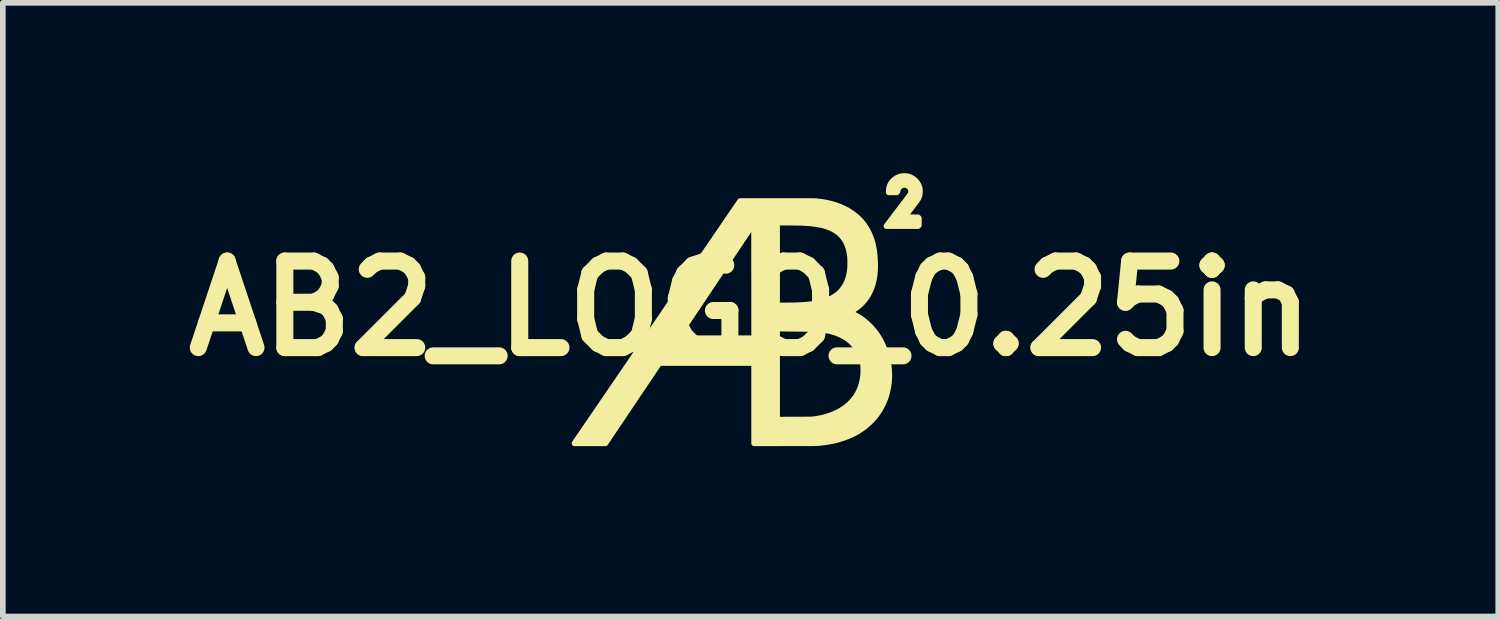
<source format=kicad_pcb>
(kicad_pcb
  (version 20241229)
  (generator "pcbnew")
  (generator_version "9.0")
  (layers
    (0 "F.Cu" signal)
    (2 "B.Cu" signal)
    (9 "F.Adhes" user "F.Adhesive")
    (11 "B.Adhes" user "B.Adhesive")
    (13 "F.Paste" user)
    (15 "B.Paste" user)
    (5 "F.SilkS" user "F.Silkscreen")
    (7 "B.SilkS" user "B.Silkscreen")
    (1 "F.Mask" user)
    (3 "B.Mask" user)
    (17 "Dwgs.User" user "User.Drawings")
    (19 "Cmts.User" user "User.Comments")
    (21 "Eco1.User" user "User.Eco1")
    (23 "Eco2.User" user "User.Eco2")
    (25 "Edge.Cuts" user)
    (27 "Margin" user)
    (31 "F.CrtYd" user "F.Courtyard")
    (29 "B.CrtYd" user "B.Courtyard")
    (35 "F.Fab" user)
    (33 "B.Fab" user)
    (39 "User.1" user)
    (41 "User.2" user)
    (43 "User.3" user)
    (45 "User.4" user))
  (footprint "AB2_LOGO_0.25in"
    (layer "F.Cu")
    (at 10.167 2.382)
    (property "Reference" "AB2_LOGO_0.25in" (at 0 0 0) (layer "F.SilkS") (effects (font (size 1.524 1.524) (thickness 0.3))))
    (attr through_hole)
    (fp_poly (pts (xy 2.983 -2.062) (xy 2.982 -2.037) (xy 2.98 -2.016) (xy 2.976 -1.995) (xy 2.969 -1.973) (xy 2.967 -1.967) (xy 2.965 -1.961) (xy 2.963 -1.956) (xy 2.961 -1.95) (xy 2.959 -1.945) (xy 2.956 -1.94) (xy 2.953 -1.934) (xy 2.949 -1.928) (xy 2.945 -1.92) (xy 2.939 -1.912) (xy 2.933 -1.903) (xy 2.925 -1.892) (xy 2.916 -1.879) (xy 2.905 -1.865) (xy 2.893 -1.849) (xy 2.879 -1.83) (xy 2.863 -1.809) (xy 2.845 -1.786) (xy 2.825 -1.759) (xy 2.802 -1.73) (xy 2.79 -1.714) (xy 2.776 -1.695) (xy 2.763 -1.678) (xy 2.75 -1.661) (xy 2.739 -1.647) (xy 2.73 -1.634) (xy 2.722 -1.624) (xy 2.716 -1.615) (xy 2.712 -1.61) (xy 2.71 -1.608) (xy 2.71 -1.607) (xy 2.712 -1.607) (xy 2.718 -1.607) (xy 2.727 -1.607) (xy 2.74 -1.607) (xy 2.755 -1.607) (xy 2.773 -1.606) (xy 2.793 -1.606) (xy 2.814 -1.606) (xy 2.83 -1.606) (xy 2.95 -1.605) (xy 2.958 -1.596) (xy 2.965 -1.588) (xy 2.965 -1.527) (xy 2.965 -1.466) (xy 2.956 -1.458) (xy 2.947 -1.45) (xy 2.671 -1.45) (xy 2.394 -1.45) (xy 2.4 -1.459) (xy 2.405 -1.465) (xy 2.411 -1.474) (xy 2.42 -1.486) (xy 2.431 -1.5) (xy 2.444 -1.517) (xy 2.458 -1.535) (xy 2.473 -1.555) (xy 2.489 -1.577) (xy 2.506 -1.599) (xy 2.524 -1.623) (xy 2.542 -1.647) (xy 2.56 -1.671) (xy 2.579 -1.695) (xy 2.597 -1.718) (xy 2.614 -1.741) (xy 2.63 -1.762) (xy 2.656 -1.796) (xy 2.679 -1.826) (xy 2.7 -1.854) (xy 2.719 -1.879) (xy 2.736 -1.901) (xy 2.751 -1.92) (xy 2.764 -1.938) (xy 2.775 -1.953) (xy 2.785 -1.966) (xy 2.793 -1.978) (xy 2.8 -1.987) (xy 2.806 -1.996) (xy 2.811 -2.003) (xy 2.814 -2.009) (xy 2.817 -2.014) (xy 2.82 -2.019) (xy 2.821 -2.023) (xy 2.823 -2.027) (xy 2.824 -2.03) (xy 2.825 -2.033) (xy 2.825 -2.037) (xy 2.826 -2.04) (xy 2.828 -2.062) (xy 2.826 -2.082) (xy 2.821 -2.102) (xy 2.811 -2.121) (xy 2.799 -2.137) (xy 2.783 -2.151) (xy 2.764 -2.163) (xy 2.763 -2.163) (xy 2.747 -2.17) (xy 2.732 -2.174) (xy 2.714 -2.176) (xy 2.708 -2.176) (xy 2.687 -2.174) (xy 2.667 -2.169) (xy 2.648 -2.159) (xy 2.631 -2.146) (xy 2.625 -2.14) (xy 2.615 -2.129) (xy 2.606 -2.116) (xy 2.599 -2.102) (xy 2.594 -2.089) (xy 2.592 -2.081) (xy 2.59 -2.071) (xy 2.589 -2.065) (xy 2.587 -2.06) (xy 2.584 -2.055) (xy 2.581 -2.052) (xy 2.574 -2.044) (xy 2.504 -2.044) (xy 2.434 -2.045) (xy 2.435 -2.072) (xy 2.438 -2.107) (xy 2.445 -2.139) (xy 2.456 -2.17) (xy 2.464 -2.187) (xy 2.48 -2.213) (xy 2.5 -2.238) (xy 2.522 -2.26) (xy 2.547 -2.28) (xy 2.574 -2.297) (xy 2.603 -2.311) (xy 2.62 -2.318) (xy 2.652 -2.326) (xy 2.684 -2.331) (xy 2.717 -2.332) (xy 2.749 -2.33) (xy 2.78 -2.324) (xy 2.794 -2.32) (xy 2.824 -2.308) (xy 2.852 -2.293) (xy 2.878 -2.274) (xy 2.902 -2.253) (xy 2.924 -2.229) (xy 2.943 -2.203) (xy 2.958 -2.175) (xy 2.969 -2.147) (xy 2.975 -2.13) (xy 2.979 -2.115) (xy 2.981 -2.1) (xy 2.983 -2.084) (xy 2.983 -2.066) (xy 2.983 -2.062)) (stroke (width 0.1) (type solid)) (fill yes) (layer "F.SilkS"))
    (fp_poly (pts (xy 2.444 1.207) (xy 2.44 1.277) (xy 2.436 1.316) (xy 2.426 1.386) (xy 2.412 1.455) (xy 2.395 1.522) (xy 2.373 1.587) (xy 2.348 1.65) (xy 2.319 1.711) (xy 2.287 1.771) (xy 2.251 1.827) (xy 2.212 1.882) (xy 2.198 1.9) (xy 2.154 1.951) (xy 2.106 2) (xy 2.056 2.046) (xy 2.003 2.09) (xy 1.987 2.101) (xy 1.987 1.085) (xy 1.986 1.064) (xy 1.986 1.043) (xy 1.985 1.024) (xy 1.984 1.007) (xy 1.983 0.994) (xy 1.983 0.992) (xy 1.972 0.937) (xy 1.959 0.885) (xy 1.941 0.834) (xy 1.92 0.786) (xy 1.895 0.739) (xy 1.867 0.695) (xy 1.835 0.654) (xy 1.8 0.615) (xy 1.794 0.608) (xy 1.765 0.581) (xy 1.736 0.556) (xy 1.706 0.533) (xy 1.675 0.512) (xy 1.64 0.492) (xy 1.603 0.472) (xy 1.599 0.471) (xy 1.55 0.448) (xy 1.499 0.428) (xy 1.446 0.411) (xy 1.39 0.397) (xy 1.332 0.385) (xy 1.278 0.376) (xy 1.252 0.372) (xy 1.227 0.369) (xy 1.2 0.367) (xy 1.173 0.365) (xy 1.145 0.363) (xy 1.114 0.362) (xy 1.081 0.361) (xy 1.045 0.36) (xy 1.006 0.36) (xy 0.981 0.36) (xy 0.958 0.36) (xy 0.93 0.36) (xy 0.9 0.359) (xy 0.867 0.359) (xy 0.832 0.359) (xy 0.796 0.358) (xy 0.759 0.358) (xy 0.721 0.358) (xy 0.684 0.357) (xy 0.647 0.357) (xy 0.612 0.356) (xy 0.579 0.355) (xy 0.548 0.355) (xy 0.531 0.354) (xy 0.468 0.353) (xy 0.468 1.156) (xy 0.468 1.958) (xy 0.769 1.957) (xy 0.816 1.957) (xy 0.86 1.957) (xy 0.899 1.957) (xy 0.934 1.957) (xy 0.965 1.956) (xy 0.993 1.956) (xy 1.017 1.956) (xy 1.038 1.956) (xy 1.055 1.955) (xy 1.069 1.955) (xy 1.079 1.955) (xy 1.086 1.954) (xy 1.09 1.954) (xy 1.151 1.946) (xy 1.208 1.936) (xy 1.262 1.925) (xy 1.314 1.912) (xy 1.363 1.897) (xy 1.412 1.881) (xy 1.459 1.862) (xy 1.506 1.841) (xy 1.519 1.835) (xy 1.574 1.807) (xy 1.626 1.775) (xy 1.674 1.741) (xy 1.72 1.705) (xy 1.761 1.666) (xy 1.8 1.624) (xy 1.835 1.58) (xy 1.859 1.547) (xy 1.886 1.502) (xy 1.91 1.455) (xy 1.931 1.406) (xy 1.948 1.355) (xy 1.963 1.301) (xy 1.974 1.244) (xy 1.982 1.185) (xy 1.983 1.183) (xy 1.984 1.167) (xy 1.985 1.149) (xy 1.986 1.129) (xy 1.986 1.107) (xy 1.987 1.085) (xy 1.987 2.101) (xy 1.946 2.13) (xy 1.887 2.167) (xy 1.825 2.202) (xy 1.76 2.233) (xy 1.692 2.261) (xy 1.622 2.286) (xy 1.549 2.309) (xy 1.473 2.328) (xy 1.395 2.344) (xy 1.315 2.356) (xy 1.278 2.361) (xy 1.268 2.362) (xy 1.258 2.363) (xy 1.249 2.365) (xy 1.24 2.366) (xy 1.232 2.367) (xy 1.223 2.367) (xy 1.215 2.368) (xy 1.207 2.369) (xy 1.198 2.37) (xy 1.188 2.37) (xy 1.178 2.371) (xy 1.167 2.371) (xy 1.155 2.372) (xy 1.142 2.372) (xy 1.127 2.372) (xy 1.111 2.373) (xy 1.093 2.373) (xy 1.073 2.373) (xy 1.051 2.373) (xy 1.026 2.373) (xy 0.999 2.374) (xy 0.97 2.374) (xy 0.937 2.374) (xy 0.902 2.374) (xy 0.863 2.374) (xy 0.821 2.374) (xy 0.776 2.374) (xy 0.727 2.374) (xy 0.674 2.374) (xy 0.617 2.374) (xy 0.61 2.374) (xy 0.064 2.375) (xy 0.064 1.668) (xy 0.064 0.961) (xy 0.064 0.525) (xy 0.064 -0.493) (xy 0.063 -0.56) (xy 0.063 -0.627) (xy 0.063 -0.692) (xy 0.063 -0.756) (xy 0.063 -0.817) (xy 0.063 -0.877) (xy 0.063 -0.935) (xy 0.063 -0.991) (xy 0.063 -1.045) (xy 0.063 -1.096) (xy 0.063 -1.145) (xy 0.063 -1.191) (xy 0.063 -1.235) (xy 0.063 -1.276) (xy 0.063 -1.314) (xy 0.063 -1.349) (xy 0.063 -1.381) (xy 0.062 -1.41) (xy 0.062 -1.435) (xy 0.062 -1.456) (xy 0.062 -1.474) (xy 0.062 -1.489) (xy 0.062 -1.499) (xy 0.062 -1.506) (xy 0.062 -1.508) (xy 0.062 -1.508) (xy 0.06 -1.506) (xy 0.057 -1.501) (xy 0.051 -1.492) (xy 0.043 -1.481) (xy 0.033 -1.466) (xy 0.022 -1.449) (xy 0.008 -1.429) (xy -0.007 -1.406) (xy -0.023 -1.381) (xy -0.042 -1.354) (xy -0.061 -1.325) (xy -0.082 -1.293) (xy -0.104 -1.26) (xy -0.128 -1.226) (xy -0.152 -1.189) (xy -0.177 -1.151) (xy -0.203 -1.113) (xy -0.23 -1.072) (xy -0.257 -1.031) (xy -0.269 -1.014) (xy -0.301 -0.966) (xy -0.335 -0.916) (xy -0.371 -0.862) (xy -0.408 -0.806) (xy -0.447 -0.748) (xy -0.486 -0.689) (xy -0.527 -0.628) (xy -0.568 -0.567) (xy -0.61 -0.505) (xy -0.651 -0.443) (xy -0.692 -0.381) (xy -0.733 -0.32) (xy -0.773 -0.26) (xy -0.812 -0.202) (xy -0.85 -0.145) (xy -0.887 -0.09) (xy -0.921 -0.039) (xy -0.944 -0.004) (xy -0.973 0.038) (xy -1.001 0.08) (xy -1.028 0.121) (xy -1.054 0.16) (xy -1.08 0.198) (xy -1.104 0.235) (xy -1.128 0.27) (xy -1.15 0.303) (xy -1.171 0.335) (xy -1.191 0.364) (xy -1.209 0.392) (xy -1.226 0.417) (xy -1.241 0.44) (xy -1.255 0.46) (xy -1.266 0.477) (xy -1.276 0.492) (xy -1.284 0.503) (xy -1.29 0.512) (xy -1.293 0.517) (xy -1.294 0.519) (xy -1.298 0.525) (xy -0.617 0.525) (xy 0.064 0.525) (xy 0.064 0.961) (xy -0.771 0.961) (xy -1.606 0.961) (xy -1.887 1.38) (xy -1.916 1.422) (xy -1.946 1.467) (xy -1.977 1.512) (xy -2.008 1.559) (xy -2.04 1.606) (xy -2.071 1.654) (xy -2.103 1.701) (xy -2.135 1.748) (xy -2.166 1.794) (xy -2.197 1.84) (xy -2.226 1.884) (xy -2.254 1.926) (xy -2.281 1.966) (xy -2.307 2.004) (xy -2.331 2.039) (xy -2.352 2.072) (xy -2.362 2.086) (xy -2.556 2.375) (xy -2.828 2.375) (xy -3.099 2.375) (xy -3.095 2.369) (xy -3.094 2.367) (xy -3.09 2.361) (xy -3.084 2.353) (xy -3.076 2.341) (xy -3.066 2.325) (xy -3.053 2.307) (xy -3.039 2.286) (xy -3.022 2.261) (xy -3.003 2.234) (xy -2.983 2.205) (xy -2.961 2.172) (xy -2.937 2.137) (xy -2.911 2.099) (xy -2.884 2.059) (xy -2.855 2.017) (xy -2.824 1.973) (xy -2.793 1.926) (xy -2.759 1.877) (xy -2.724 1.826) (xy -2.688 1.773) (xy -2.651 1.719) (xy -2.612 1.662) (xy -2.573 1.604) (xy -2.532 1.545) (xy -2.49 1.483) (xy -2.447 1.421) (xy -2.404 1.357) (xy -2.359 1.292) (xy -2.314 1.225) (xy -2.268 1.158) (xy -2.221 1.09) (xy -2.173 1.02) (xy -2.125 0.95) (xy -2.077 0.879) (xy -2.028 0.807) (xy -1.978 0.735) (xy -1.929 0.662) (xy -1.879 0.589) (xy -1.828 0.515) (xy -1.778 0.441) (xy -1.727 0.367) (xy -1.676 0.293) (xy -1.626 0.219) (xy -1.575 0.145) (xy -1.524 0.071) (xy -1.474 -0.003) (xy -1.424 -0.076) (xy -1.374 -0.149) (xy -1.324 -0.222) (xy -1.275 -0.294) (xy -1.226 -0.365) (xy -1.178 -0.436) (xy -1.13 -0.506) (xy -1.083 -0.575) (xy -1.037 -0.643) (xy -0.991 -0.71) (xy -0.946 -0.775) (xy -0.902 -0.84) (xy -0.858 -0.903) (xy -0.816 -0.965) (xy -0.775 -1.026) (xy -0.734 -1.084) (xy -0.695 -1.142) (xy -0.657 -1.197) (xy -0.621 -1.251) (xy -0.585 -1.303) (xy -0.551 -1.353) (xy -0.518 -1.4) (xy -0.487 -1.446) (xy -0.457 -1.49) (xy -0.429 -1.531) (xy -0.403 -1.57) (xy -0.378 -1.606) (xy -0.355 -1.64) (xy -0.333 -1.671) (xy -0.332 -1.673) (xy -0.183 -1.891) (xy 0.474 -1.891) (xy 0.537 -1.891) (xy 0.596 -1.891) (xy 0.651 -1.891) (xy 0.702 -1.891) (xy 0.749 -1.891) (xy 0.793 -1.891) (xy 0.833 -1.891) (xy 0.87 -1.891) (xy 0.905 -1.891) (xy 0.936 -1.891) (xy 0.964 -1.891) (xy 0.99 -1.891) (xy 1.014 -1.891) (xy 1.035 -1.891) (xy 1.054 -1.891) (xy 1.071 -1.89) (xy 1.086 -1.89) (xy 1.099 -1.89) (xy 1.111 -1.89) (xy 1.121 -1.89) (xy 1.13 -1.89) (xy 1.137 -1.889) (xy 1.144 -1.889) (xy 1.15 -1.889) (xy 1.155 -1.889) (xy 1.16 -1.888) (xy 1.164 -1.888) (xy 1.168 -1.888) (xy 1.169 -1.887) (xy 1.246 -1.878) (xy 1.319 -1.866) (xy 1.39 -1.851) (xy 1.459 -1.833) (xy 1.524 -1.811) (xy 1.587 -1.787) (xy 1.647 -1.76) (xy 1.704 -1.731) (xy 1.758 -1.698) (xy 1.809 -1.662) (xy 1.858 -1.624) (xy 1.903 -1.583) (xy 1.945 -1.54) (xy 1.983 -1.493) (xy 2.019 -1.444) (xy 2.051 -1.393) (xy 2.058 -1.381) (xy 2.085 -1.328) (xy 2.109 -1.273) (xy 2.13 -1.216) (xy 2.148 -1.156) (xy 2.163 -1.094) (xy 2.175 -1.029) (xy 2.184 -0.961) (xy 2.189 -0.905) (xy 2.192 -0.847) (xy 2.194 -0.793) (xy 2.195 -0.742) (xy 2.194 -0.693) (xy 2.191 -0.647) (xy 2.187 -0.602) (xy 2.181 -0.559) (xy 2.174 -0.517) (xy 2.165 -0.475) (xy 2.162 -0.464) (xy 2.146 -0.406) (xy 2.126 -0.351) (xy 2.103 -0.298) (xy 2.077 -0.247) (xy 2.048 -0.2) (xy 2.015 -0.154) (xy 1.979 -0.112) (xy 1.95 -0.082) (xy 1.933 -0.066) (xy 1.916 -0.051) (xy 1.9 -0.037) (xy 1.883 -0.024) (xy 1.864 -0.01) (xy 1.844 0.005) (xy 1.821 0.02) (xy 1.799 0.034) (xy 1.788 0.041) (xy 1.776 0.049) (xy 1.767 0.055) (xy 1.759 0.06) (xy 1.756 0.062) (xy 1.756 -0.782) (xy 1.756 -0.804) (xy 1.756 -0.827) (xy 1.756 -0.85) (xy 1.755 -0.872) (xy 1.754 -0.892) (xy 1.753 -0.909) (xy 1.752 -0.919) (xy 1.744 -0.974) (xy 1.733 -1.026) (xy 1.72 -1.075) (xy 1.703 -1.121) (xy 1.684 -1.165) (xy 1.662 -1.205) (xy 1.636 -1.243) (xy 1.607 -1.278) (xy 1.576 -1.31) (xy 1.541 -1.34) (xy 1.503 -1.367) (xy 1.464 -1.39) (xy 1.428 -1.409) (xy 1.39 -1.425) (xy 1.349 -1.44) (xy 1.306 -1.454) (xy 1.26 -1.466) (xy 1.211 -1.476) (xy 1.159 -1.485) (xy 1.104 -1.493) (xy 1.044 -1.499) (xy 0.981 -1.504) (xy 0.98 -1.504) (xy 0.955 -1.505) (xy 0.926 -1.507) (xy 0.894 -1.508) (xy 0.858 -1.509) (xy 0.819 -1.509) (xy 0.776 -1.51) (xy 0.731 -1.511) (xy 0.684 -1.511) (xy 0.634 -1.511) (xy 0.61 -1.511) (xy 0.468 -1.511) (xy 0.468 -0.782) (xy 0.468 -0.053) (xy 0.591 -0.053) (xy 0.616 -0.053) (xy 0.642 -0.053) (xy 0.669 -0.053) (xy 0.695 -0.054) (xy 0.719 -0.054) (xy 0.742 -0.054) (xy 0.762 -0.055) (xy 0.779 -0.055) (xy 0.783 -0.055) (xy 0.839 -0.057) (xy 0.892 -0.06) (xy 0.941 -0.063) (xy 0.987 -0.066) (xy 1.031 -0.071) (xy 1.072 -0.076) (xy 1.111 -0.082) (xy 1.149 -0.088) (xy 1.186 -0.096) (xy 1.222 -0.104) (xy 1.235 -0.107) (xy 1.291 -0.123) (xy 1.345 -0.142) (xy 1.395 -0.163) (xy 1.442 -0.186) (xy 1.485 -0.212) (xy 1.525 -0.241) (xy 1.562 -0.272) (xy 1.595 -0.305) (xy 1.625 -0.342) (xy 1.652 -0.381) (xy 1.676 -0.422) (xy 1.683 -0.435) (xy 1.692 -0.455) (xy 1.701 -0.474) (xy 1.708 -0.492) (xy 1.715 -0.512) (xy 1.721 -0.533) (xy 1.724 -0.543) (xy 1.735 -0.585) (xy 1.744 -0.629) (xy 1.75 -0.676) (xy 1.755 -0.726) (xy 1.755 -0.727) (xy 1.756 -0.742) (xy 1.756 -0.761) (xy 1.756 -0.782) (xy 1.756 0.062) (xy 1.754 0.064) (xy 1.754 0.064) (xy 1.746 0.071) (xy 1.756 0.076) (xy 1.762 0.079) (xy 1.77 0.083) (xy 1.781 0.087) (xy 1.792 0.092) (xy 1.794 0.093) (xy 1.825 0.108) (xy 1.858 0.125) (xy 1.891 0.144) (xy 1.924 0.164) (xy 1.954 0.184) (xy 1.967 0.194) (xy 2.012 0.228) (xy 2.055 0.266) (xy 2.098 0.307) (xy 2.139 0.35) (xy 2.177 0.395) (xy 2.198 0.422) (xy 2.238 0.478) (xy 2.274 0.536) (xy 2.307 0.597) (xy 2.336 0.66) (xy 2.362 0.725) (xy 2.385 0.791) (xy 2.404 0.858) (xy 2.419 0.927) (xy 2.431 0.996) (xy 2.439 1.066) (xy 2.443 1.136) (xy 2.444 1.207)) (stroke (width 0.1) (type solid)) (fill yes) (layer "F.SilkS")))
  (gr_rect
    (start -3 -3)
    (end 23.335 7.807)
    (stroke (width 0.1) (type default))
    (fill no)
    (layer "Edge.Cuts")))
</source>
